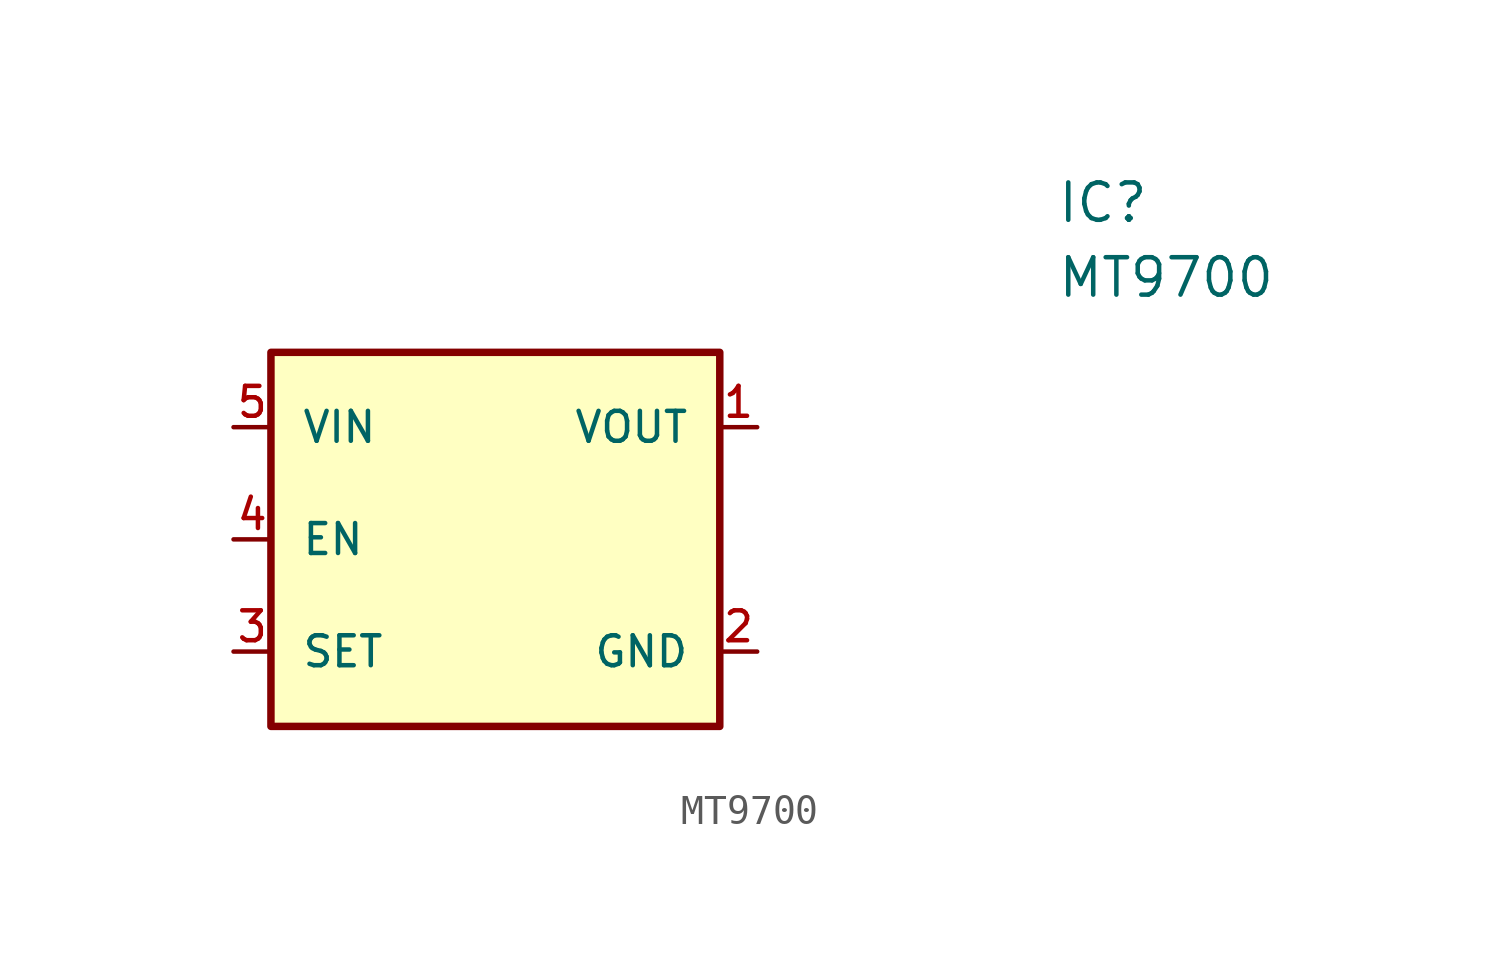
<source format=kicad_sym>
(kicad_symbol_lib
  (version 20241209)
  (generator "kicad_symbol_editor")
  (generator_version "9.0")
  (symbol "MT9700"
    (pin_names
      (offset 1.016))
    (property "Reference" "IC"
      (at 31.75 7.62 0)
      (effects (font (size 1.27 1.27)) (justify left)))
    (property "Value" "MT9700"
      (at 31.75 5.08 0)
      (effects (font (size 1.27 1.27)) (justify left)))
    (symbol "MT9700_0_0"
      (rectangle (start 5.08 2.54) (end 20.32 -10.16) (stroke (width 0.254) (type default)) (fill (type background))))
    (symbol "MT9700_1_0"
      (pin input line (at 3.81 0 0) (length 1.27) (name "VIN" (effects (font (size 1.016 1.016)))) (number "5" (effects (font (size 1.016 1.016)))))
      (pin input line (at 3.81 -3.81 0) (length 1.27) (name "EN" (effects (font (size 1.016 1.016)))) (number "4" (effects (font (size 1.016 1.016)))))
      (pin input line (at 3.81 -7.62 0) (length 1.27) (name "SET" (effects (font (size 1.016 1.016)))) (number "3" (effects (font (size 1.016 1.016)))))
      (pin power_out line (at 21.59 0 180) (length 1.27) (name "VOUT" (effects (font (size 1.016 1.016)))) (number "1" (effects (font (size 1.016 1.016)))))
      (pin unspecified line (at 21.59 -7.62 180) (length 1.27) (name "GND" (effects (font (size 1.016 1.016)))) (number "2" (effects (font (size 1.016 1.016))))))))
</source>
